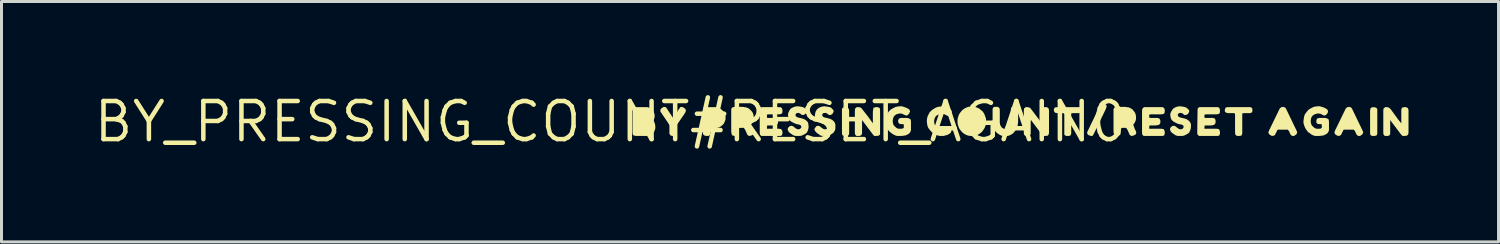
<source format=kicad_pcb>
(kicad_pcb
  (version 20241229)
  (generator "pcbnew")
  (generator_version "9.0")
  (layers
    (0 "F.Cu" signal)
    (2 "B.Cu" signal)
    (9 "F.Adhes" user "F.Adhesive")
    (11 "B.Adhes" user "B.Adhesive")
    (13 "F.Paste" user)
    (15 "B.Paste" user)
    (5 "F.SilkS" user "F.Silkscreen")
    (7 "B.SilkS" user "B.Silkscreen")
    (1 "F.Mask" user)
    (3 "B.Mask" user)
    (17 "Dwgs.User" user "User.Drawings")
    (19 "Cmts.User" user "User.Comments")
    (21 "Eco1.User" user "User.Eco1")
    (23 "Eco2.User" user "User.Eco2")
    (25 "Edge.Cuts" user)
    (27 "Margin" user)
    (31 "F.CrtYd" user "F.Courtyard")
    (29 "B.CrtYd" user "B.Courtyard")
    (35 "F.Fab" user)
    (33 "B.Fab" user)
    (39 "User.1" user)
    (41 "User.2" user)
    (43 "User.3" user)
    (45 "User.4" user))
  (footprint "BY_PRESSING_COUNT#RESET_AGAIN0"
    (layer "F.Cu")
    (at 17.303 1.006)
    (property "Reference" "BY_PRESSING_COUNT#RESET_AGAIN0" (at 0 0 0) (layer "F.SilkS") (effects (font (size 1.27 1.27) (thickness 0.15))))
    (fp_poly (pts (xy 7.903 -0.464) (xy 7.935 -0.422) (xy 7.945 -0.35) (xy 7.945 0.401) (xy 7.924 0.454) (xy 7.861 0.475) (xy 7.769 0.475) (xy 7.715 0.443) (xy 7.705 0.38) (xy 7.705 -0.432) (xy 7.748 -0.475) (xy 7.83 -0.485)) (stroke (width 0) (type solid)) (fill yes) (layer "F.SilkS"))
    (fp_poly (pts (xy 25.513 -0.464) (xy 25.545 -0.422) (xy 25.545 0.401) (xy 25.524 0.454) (xy 25.461 0.475) (xy 25.369 0.475) (xy 25.315 0.443) (xy 25.305 0.38) (xy 25.305 -0.37) (xy 25.315 -0.432) (xy 25.347 -0.475) (xy 25.44 -0.485)) (stroke (width 0) (type solid)) (fill yes) (layer "F.SilkS"))
    (fp_poly (pts (xy 16.452 -0.605) (xy 16.514 -0.563) (xy 16.525 -0.51) (xy 16.505 -0.438) (xy 16.094 0.412) (xy 16.053 0.475) (xy 15.999 0.475) (xy 15.917 0.444) (xy 15.875 0.391) (xy 15.885 0.328) (xy 15.916 0.268) (xy 16.296 -0.522) (xy 16.336 -0.594) (xy 16.389 -0.625)) (stroke (width 0) (type solid)) (fill yes) (layer "F.SilkS"))
    (fp_poly (pts (xy 15.675 -0.453) (xy 15.685 -0.38) (xy 15.675 -0.317) (xy 15.611 -0.285) (xy 15.4 -0.285) (xy 15.345 -0.276) (xy 15.345 0.401) (xy 15.313 0.465) (xy 15.25 0.475) (xy 15.168 0.475) (xy 15.115 0.432) (xy 15.115 -0.248) (xy 15.088 -0.285) (xy 14.89 -0.285) (xy 14.818 -0.295) (xy 14.775 -0.338) (xy 14.765 -0.411) (xy 14.797 -0.475) (xy 14.87 -0.485) (xy 15.621 -0.485)) (stroke (width 0) (type solid)) (fill yes) (layer "F.SilkS"))
    (fp_poly (pts (xy 21.375 -0.453) (xy 21.385 -0.38) (xy 21.375 -0.317) (xy 21.311 -0.285) (xy 21.1 -0.285) (xy 21.045 -0.276) (xy 21.045 0.401) (xy 21.013 0.465) (xy 20.95 0.475) (xy 20.868 0.475) (xy 20.815 0.433) (xy 20.805 0.37) (xy 20.805 -0.249) (xy 20.787 -0.285) (xy 20.59 -0.285) (xy 20.518 -0.295) (xy 20.465 -0.338) (xy 20.465 -0.411) (xy 20.497 -0.475) (xy 20.56 -0.485) (xy 21.321 -0.485)) (stroke (width 0) (type solid)) (fill yes) (layer "F.SilkS"))
    (fp_poly (pts (xy 22.483 -0.464) (xy 22.504 -0.432) (xy 22.865 0.318) (xy 22.875 0.371) (xy 22.844 0.423) (xy 22.772 0.475) (xy 22.708 0.475) (xy 22.656 0.433) (xy 22.596 0.303) (xy 22.558 0.265) (xy 22.223 0.265) (xy 22.164 0.382) (xy 22.134 0.444) (xy 22.071 0.475) (xy 22.008 0.465) (xy 21.936 0.413) (xy 21.915 0.36) (xy 21.935 0.298) (xy 22.266 -0.382) (xy 22.296 -0.443) (xy 22.348 -0.485) (xy 22.421 -0.495)) (stroke (width 0) (type solid)) (fill yes) (layer "F.SilkS"))
    (fp_poly (pts (xy 24.683 -0.464) (xy 24.704 -0.432) (xy 25.065 0.318) (xy 25.075 0.371) (xy 25.044 0.423) (xy 24.972 0.475) (xy 24.908 0.475) (xy 24.856 0.433) (xy 24.796 0.303) (xy 24.758 0.265) (xy 24.423 0.265) (xy 24.364 0.382) (xy 24.334 0.444) (xy 24.271 0.475) (xy 24.208 0.465) (xy 24.136 0.413) (xy 24.115 0.36) (xy 24.135 0.298) (xy 24.466 -0.382) (xy 24.496 -0.443) (xy 24.548 -0.485) (xy 24.621 -0.495)) (stroke (width 0) (type solid)) (fill yes) (layer "F.SilkS"))
    (fp_poly (pts (xy 1.833 -0.485) (xy 1.874 -0.433) (xy 2.063 -0.144) (xy 2.088 -0.136) (xy 2.276 -0.423) (xy 2.317 -0.484) (xy 2.371 -0.495) (xy 2.443 -0.464) (xy 2.495 -0.412) (xy 2.505 -0.359) (xy 2.474 -0.288) (xy 2.205 0.102) (xy 2.195 0.17) (xy 2.195 0.38) (xy 2.185 0.443) (xy 2.121 0.475) (xy 2.049 0.475) (xy 1.987 0.454) (xy 1.955 0.401) (xy 1.955 0.121) (xy 1.926 0.063) (xy 1.696 -0.277) (xy 1.655 -0.338) (xy 1.655 -0.402) (xy 1.697 -0.454) (xy 1.769 -0.495)) (stroke (width 0) (type solid)) (fill yes) (layer "F.SilkS"))
    (fp_poly (pts (xy 1.292 -0.465) (xy 1.343 -0.434) (xy 1.394 -0.383) (xy 1.435 -0.322) (xy 1.455 -0.261) (xy 1.465 -0.19) (xy 1.455 -0.118) (xy 1.425 -0.058) (xy 1.416 -0.031) (xy 1.454 0.018) (xy 1.475 0.079) (xy 1.485 0.15) (xy 1.485 0.221) (xy 1.465 0.292) (xy 1.434 0.353) (xy 1.383 0.404) (xy 1.332 0.444) (xy 1.271 0.465) (xy 1.2 0.475) (xy 0.86 0.475) (xy 0.778 0.465) (xy 0.735 0.433) (xy 0.725 0.36) (xy 0.725 -0.391) (xy 0.746 -0.453) (xy 0.799 -0.485) (xy 1.221 -0.485)) (stroke (width 0) (type solid)) (fill yes) (layer "F.SilkS"))
    (fp_poly (pts (xy 8.343 -0.464) (xy 8.384 -0.413) (xy 8.594 -0.143) (xy 8.735 0.054) (xy 8.735 -0.33) (xy 8.745 -0.401) (xy 8.756 -0.464) (xy 8.829 -0.485) (xy 8.901 -0.485) (xy 8.965 -0.453) (xy 8.975 -0.39) (xy 8.975 0.422) (xy 8.932 0.465) (xy 8.85 0.475) (xy 8.778 0.475) (xy 8.726 0.413) (xy 8.375 -0.055) (xy 8.375 0.401) (xy 8.343 0.454) (xy 8.281 0.475) (xy 8.188 0.475) (xy 8.145 0.432) (xy 8.135 0.37) (xy 8.135 -0.37) (xy 8.145 -0.443) (xy 8.198 -0.485) (xy 8.271 -0.485)) (stroke (width 0) (type solid)) (fill yes) (layer "F.SilkS"))
    (fp_poly (pts (xy 25.943 -0.464) (xy 25.994 -0.413) (xy 26.234 -0.083) (xy 26.345 0.056) (xy 26.345 -0.401) (xy 26.366 -0.464) (xy 26.429 -0.485) (xy 26.501 -0.485) (xy 26.564 -0.454) (xy 26.585 -0.391) (xy 26.585 0.36) (xy 26.575 0.422) (xy 26.532 0.465) (xy 26.45 0.475) (xy 26.388 0.475) (xy 26.326 0.413) (xy 25.975 -0.055) (xy 25.975 0.401) (xy 25.954 0.454) (xy 25.891 0.475) (xy 25.798 0.475) (xy 25.755 0.432) (xy 25.745 0.37) (xy 25.745 -0.37) (xy 25.755 -0.443) (xy 25.808 -0.485) (xy 25.881 -0.485)) (stroke (width 0) (type solid)) (fill yes) (layer "F.SilkS"))
    (fp_poly (pts (xy 13.973 -0.464) (xy 14.014 -0.413) (xy 14.264 -0.083) (xy 14.365 0.055) (xy 14.365 -0.401) (xy 14.386 -0.464) (xy 14.459 -0.485) (xy 14.531 -0.485) (xy 14.584 -0.453) (xy 14.605 -0.391) (xy 14.605 0.36) (xy 14.595 0.422) (xy 14.563 0.465) (xy 14.48 0.475) (xy 14.408 0.475) (xy 14.356 0.413) (xy 14.003 -0.058) (xy 13.995 -0.01) (xy 13.995 0.401) (xy 13.974 0.454) (xy 13.911 0.475) (xy 13.818 0.475) (xy 13.775 0.432) (xy 13.765 0.37) (xy 13.765 -0.37) (xy 13.775 -0.443) (xy 13.828 -0.485) (xy 13.901 -0.485)) (stroke (width 0) (type solid)) (fill yes) (layer "F.SilkS"))
    (fp_poly (pts (xy 3.572 -0.475) (xy 3.633 -0.444) (xy 3.693 -0.404) (xy 3.744 -0.353) (xy 3.784 -0.303) (xy 3.825 -0.221) (xy 3.825 -0.079) (xy 3.805 -0.018) (xy 3.774 0.053) (xy 3.734 0.104) (xy 3.683 0.144) (xy 3.627 0.182) (xy 3.627 0.183) (xy 3.622 0.185) (xy 3.618 0.187) (xy 3.617 0.186) (xy 3.561 0.205) (xy 3.49 0.215) (xy 3.361 0.215) (xy 3.315 0.233) (xy 3.315 0.37) (xy 3.305 0.432) (xy 3.262 0.475) (xy 3.179 0.475) (xy 3.107 0.454) (xy 3.075 0.412) (xy 3.075 -0.411) (xy 3.096 -0.464) (xy 3.159 -0.485) (xy 3.51 -0.485)) (stroke (width 0) (type solid)) (fill yes) (layer "F.SilkS"))
    (fp_poly (pts (xy 5.704 -0.453) (xy 5.725 -0.38) (xy 5.715 -0.287) (xy 5.672 -0.255) (xy 5.6 -0.245) (xy 5.26 -0.245) (xy 5.205 -0.236) (xy 5.205 -0.17) (xy 5.214 -0.125) (xy 5.481 -0.125) (xy 5.543 -0.104) (xy 5.575 -0.051) (xy 5.575 0.041) (xy 5.543 0.094) (xy 5.491 0.115) (xy 5.41 0.125) (xy 5.214 0.125) (xy 5.205 0.18) (xy 5.205 0.235) (xy 5.61 0.235) (xy 5.673 0.245) (xy 5.715 0.298) (xy 5.725 0.38) (xy 5.704 0.454) (xy 5.651 0.475) (xy 5.018 0.475) (xy 4.975 0.432) (xy 4.965 0.37) (xy 4.965 -0.381) (xy 4.986 -0.453) (xy 5.028 -0.485) (xy 5.651 -0.485)) (stroke (width 0) (type solid)) (fill yes) (layer "F.SilkS"))
    (fp_poly (pts (xy 18.444 -0.453) (xy 18.465 -0.38) (xy 18.455 -0.287) (xy 18.412 -0.255) (xy 18.34 -0.245) (xy 18 -0.245) (xy 17.945 -0.236) (xy 17.945 -0.17) (xy 17.954 -0.125) (xy 18.231 -0.125) (xy 18.283 -0.104) (xy 18.315 -0.051) (xy 18.315 0.041) (xy 18.283 0.094) (xy 18.231 0.115) (xy 18.15 0.125) (xy 17.954 0.125) (xy 17.945 0.18) (xy 17.945 0.235) (xy 18.35 0.235) (xy 18.423 0.245) (xy 18.455 0.298) (xy 18.465 0.38) (xy 18.444 0.454) (xy 18.391 0.475) (xy 17.758 0.475) (xy 17.715 0.432) (xy 17.705 0.37) (xy 17.705 -0.381) (xy 17.726 -0.453) (xy 17.779 -0.485) (xy 18.391 -0.485)) (stroke (width 0) (type solid)) (fill yes) (layer "F.SilkS"))
    (fp_poly (pts (xy 20.284 -0.453) (xy 20.305 -0.38) (xy 20.295 -0.287) (xy 20.252 -0.255) (xy 20.18 -0.245) (xy 19.84 -0.245) (xy 19.785 -0.236) (xy 19.785 -0.17) (xy 19.794 -0.125) (xy 20.071 -0.125) (xy 20.134 -0.104) (xy 20.155 -0.051) (xy 20.155 0.041) (xy 20.123 0.094) (xy 20.071 0.115) (xy 20 0.125) (xy 19.794 0.125) (xy 19.785 0.18) (xy 19.785 0.235) (xy 20.19 0.235) (xy 20.263 0.245) (xy 20.295 0.298) (xy 20.305 0.38) (xy 20.284 0.454) (xy 20.231 0.475) (xy 19.608 0.475) (xy 19.555 0.433) (xy 19.545 0.37) (xy 19.555 -0.38) (xy 19.565 -0.453) (xy 19.619 -0.485) (xy 20.242 -0.485)) (stroke (width 0) (type solid)) (fill yes) (layer "F.SilkS"))
    (fp_poly (pts (xy 4.521 -0.475) (xy 4.593 -0.444) (xy 4.647 -0.401) (xy 4.6 -0.347) (xy 4.65 -0.397) (xy 4.694 -0.353) (xy 4.735 -0.292) (xy 4.755 -0.231) (xy 4.765 -0.16) (xy 4.765 -0.089) (xy 4.745 -0.018) (xy 4.714 0.043) (xy 4.675 0.091) (xy 4.685 0.139) (xy 4.734 0.268) (xy 4.755 0.298) (xy 4.775 0.37) (xy 4.754 0.424) (xy 4.672 0.465) (xy 4.609 0.475) (xy 4.556 0.443) (xy 4.486 0.282) (xy 4.437 0.205) (xy 4.301 0.205) (xy 4.255 0.223) (xy 4.255 0.36) (xy 4.245 0.422) (xy 4.202 0.465) (xy 4.12 0.475) (xy 4.046 0.454) (xy 4.025 0.401) (xy 4.015 0.33) (xy 4.015 -0.421) (xy 4.047 -0.474) (xy 4.119 -0.495) (xy 4.4 -0.495)) (stroke (width 0) (type solid)) (fill yes) (layer "F.SilkS"))
    (fp_poly (pts (xy 17.201 -0.485) (xy 17.272 -0.475) (xy 17.333 -0.444) (xy 17.398 -0.401) (xy 17.392 -0.395) (xy 17.434 -0.353) (xy 17.475 -0.292) (xy 17.495 -0.231) (xy 17.505 -0.16) (xy 17.505 -0.089) (xy 17.485 -0.018) (xy 17.454 0.043) (xy 17.415 0.091) (xy 17.425 0.139) (xy 17.474 0.268) (xy 17.495 0.298) (xy 17.515 0.37) (xy 17.494 0.424) (xy 17.412 0.465) (xy 17.349 0.475) (xy 17.296 0.443) (xy 17.226 0.282) (xy 17.177 0.205) (xy 17.041 0.205) (xy 16.995 0.223) (xy 16.995 0.36) (xy 16.985 0.422) (xy 16.942 0.465) (xy 16.86 0.475) (xy 16.786 0.454) (xy 16.765 0.401) (xy 16.755 0.33) (xy 16.755 -0.421) (xy 16.787 -0.474) (xy 16.859 -0.495) (xy 17.14 -0.495)) (stroke (width 0) (type solid)) (fill yes) (layer "F.SilkS"))
    (fp_poly (pts (xy 12.955 -0.453) (xy 12.965 -0.38) (xy 12.965 0.03) (xy 12.975 0.098) (xy 13.004 0.157) (xy 13.043 0.206) (xy 13.101 0.235) (xy 13.169 0.235) (xy 13.228 0.216) (xy 13.276 0.177) (xy 13.315 0.118) (xy 13.325 0.059) (xy 13.335 -0.01) (xy 13.335 -0.421) (xy 13.356 -0.485) (xy 13.43 -0.495) (xy 13.501 -0.495) (xy 13.565 -0.463) (xy 13.575 -0.39) (xy 13.575 0.02) (xy 13.565 0.091) (xy 13.555 0.151) (xy 13.535 0.222) (xy 13.494 0.283) (xy 13.454 0.333) (xy 13.413 0.384) (xy 13.353 0.424) (xy 13.292 0.455) (xy 13.231 0.475) (xy 13.09 0.475) (xy 13.018 0.465) (xy 12.957 0.434) (xy 12.897 0.394) (xy 12.846 0.354) (xy 12.806 0.303) (xy 12.745 0.182) (xy 12.735 0.111) (xy 12.725 0.04) (xy 12.725 -0.432) (xy 12.767 -0.495) (xy 12.902 -0.495)) (stroke (width 0) (type solid)) (fill yes) (layer "F.SilkS"))
    (fp_poly (pts (xy 12.162 -0.485) (xy 12.222 -0.465) (xy 12.283 -0.434) (xy 12.343 -0.384) (xy 12.394 -0.343) (xy 12.434 -0.283) (xy 12.465 -0.222) (xy 12.485 -0.162) (xy 12.505 -0.101) (xy 12.505 0.04) (xy 12.495 0.111) (xy 12.475 0.172) (xy 12.444 0.233) (xy 12.404 0.293) (xy 12.364 0.344) (xy 12.303 0.394) (xy 12.252 0.424) (xy 12.192 0.455) (xy 12.121 0.475) (xy 11.99 0.475) (xy 11.919 0.465) (xy 11.858 0.445) (xy 11.797 0.414) (xy 11.737 0.374) (xy 11.686 0.323) (xy 11.646 0.273) (xy 11.609 0.217) (xy 11.607 0.218) (xy 11.605 0.212) (xy 11.603 0.208) (xy 11.604 0.208) (xy 11.585 0.152) (xy 11.565 0.091) (xy 11.555 0.02) (xy 11.555 -0.05) (xy 11.565 -0.121) (xy 11.585 -0.182) (xy 11.605 -0.242) (xy 11.646 -0.303) (xy 11.686 -0.353) (xy 11.737 -0.404) (xy 11.797 -0.444) (xy 11.858 -0.475) (xy 11.919 -0.495) (xy 11.99 -0.505) (xy 12.101 -0.505)) (stroke (width 0) (type solid)) (fill yes) (layer "F.SilkS"))
    (fp_poly (pts (xy 11.111 -0.495) (xy 11.182 -0.485) (xy 11.303 -0.424) (xy 11.355 -0.372) (xy 11.365 -0.309) (xy 11.314 -0.247) (xy 11.262 -0.195) (xy 11.219 -0.195) (xy 11.148 -0.235) (xy 11.089 -0.255) (xy 11.02 -0.265) (xy 10.962 -0.255) (xy 10.843 -0.196) (xy 10.805 -0.138) (xy 10.785 -0.079) (xy 10.775 -0.01) (xy 10.785 0.059) (xy 10.804 0.118) (xy 10.843 0.166) (xy 10.903 0.206) (xy 10.961 0.235) (xy 11.089 0.235) (xy 11.158 0.206) (xy 11.219 0.165) (xy 11.272 0.175) (xy 11.324 0.227) (xy 11.355 0.3) (xy 11.334 0.363) (xy 11.283 0.404) (xy 11.232 0.435) (xy 11.161 0.455) (xy 11.091 0.475) (xy 10.959 0.475) (xy 10.889 0.455) (xy 10.828 0.435) (xy 10.767 0.404) (xy 10.717 0.364) (xy 10.666 0.313) (xy 10.626 0.263) (xy 10.586 0.213) (xy 10.555 0.141) (xy 10.545 0.081) (xy 10.535 0.01) (xy 10.535 -0.06) (xy 10.545 -0.131) (xy 10.565 -0.192) (xy 10.626 -0.313) (xy 10.677 -0.364) (xy 10.727 -0.404) (xy 10.787 -0.444) (xy 10.848 -0.475) (xy 10.909 -0.495) (xy 10.98 -0.505) (xy 11.04 -0.505)) (stroke (width 0) (type solid)) (fill yes) (layer "F.SilkS"))
    (fp_poly (pts (xy 6.301 -0.505) (xy 6.361 -0.495) (xy 6.432 -0.475) (xy 6.483 -0.434) (xy 6.535 -0.382) (xy 6.535 -0.328) (xy 6.483 -0.256) (xy 6.431 -0.225) (xy 6.368 -0.225) (xy 6.308 -0.276) (xy 6.25 -0.295) (xy 6.193 -0.285) (xy 6.155 -0.239) (xy 6.165 -0.183) (xy 6.222 -0.145) (xy 6.351 -0.115) (xy 6.422 -0.095) (xy 6.483 -0.064) (xy 6.534 -0.024) (xy 6.575 0.028) (xy 6.585 0.089) (xy 6.595 0.17) (xy 6.585 0.241) (xy 6.565 0.302) (xy 6.534 0.363) (xy 6.483 0.404) (xy 6.362 0.465) (xy 6.29 0.475) (xy 6.159 0.475) (xy 6.088 0.455) (xy 6.027 0.414) (xy 5.967 0.374) (xy 5.926 0.333) (xy 5.895 0.261) (xy 5.905 0.208) (xy 5.968 0.145) (xy 6.031 0.135) (xy 6.083 0.156) (xy 6.143 0.206) (xy 6.202 0.245) (xy 6.269 0.255) (xy 6.326 0.226) (xy 6.355 0.179) (xy 6.336 0.124) (xy 6.278 0.095) (xy 6.219 0.085) (xy 6.148 0.065) (xy 6.027 0.004) (xy 5.976 -0.036) (xy 5.935 -0.088) (xy 5.915 -0.159) (xy 5.905 -0.23) (xy 5.915 -0.292) (xy 5.976 -0.413) (xy 6.027 -0.454) (xy 6.088 -0.485) (xy 6.149 -0.505) (xy 6.23 -0.515)) (stroke (width 0) (type solid)) (fill yes) (layer "F.SilkS"))
    (fp_poly (pts (xy 7.191 -0.505) (xy 7.261 -0.495) (xy 7.333 -0.474) (xy 7.374 -0.434) (xy 7.425 -0.382) (xy 7.425 -0.329) (xy 7.384 -0.256) (xy 7.331 -0.225) (xy 7.268 -0.225) (xy 7.208 -0.276) (xy 7.15 -0.295) (xy 7.083 -0.285) (xy 7.045 -0.239) (xy 7.055 -0.183) (xy 7.112 -0.145) (xy 7.241 -0.115) (xy 7.312 -0.095) (xy 7.373 -0.064) (xy 7.424 -0.024) (xy 7.464 0.028) (xy 7.485 0.089) (xy 7.485 0.241) (xy 7.465 0.302) (xy 7.424 0.363) (xy 7.373 0.404) (xy 7.252 0.465) (xy 7.19 0.475) (xy 7.049 0.475) (xy 6.978 0.455) (xy 6.927 0.414) (xy 6.867 0.374) (xy 6.826 0.333) (xy 6.784 0.26) (xy 6.806 0.207) (xy 6.857 0.145) (xy 6.921 0.135) (xy 6.973 0.156) (xy 7.033 0.206) (xy 7.092 0.245) (xy 7.159 0.255) (xy 7.216 0.226) (xy 7.245 0.179) (xy 7.235 0.123) (xy 7.178 0.095) (xy 7.109 0.085) (xy 7.048 0.065) (xy 6.978 0.035) (xy 6.917 0.004) (xy 6.866 -0.036) (xy 6.825 -0.088) (xy 6.805 -0.159) (xy 6.805 -0.23) (xy 6.815 -0.291) (xy 6.835 -0.352) (xy 6.876 -0.413) (xy 6.927 -0.454) (xy 6.978 -0.485) (xy 7.049 -0.505) (xy 7.12 -0.515)) (stroke (width 0) (type solid)) (fill yes) (layer "F.SilkS"))
    (fp_poly (pts (xy 19.041 -0.505) (xy 19.101 -0.495) (xy 19.172 -0.475) (xy 19.223 -0.434) (xy 19.275 -0.382) (xy 19.275 -0.329) (xy 19.234 -0.256) (xy 19.171 -0.225) (xy 19.108 -0.225) (xy 19.057 -0.276) (xy 18.99 -0.295) (xy 18.933 -0.285) (xy 18.895 -0.239) (xy 18.905 -0.183) (xy 18.962 -0.145) (xy 19.091 -0.115) (xy 19.162 -0.095) (xy 19.223 -0.064) (xy 19.274 -0.024) (xy 19.314 0.028) (xy 19.335 0.089) (xy 19.335 0.17) (xy 19.325 0.241) (xy 19.305 0.302) (xy 19.274 0.363) (xy 19.223 0.404) (xy 19.102 0.465) (xy 19.03 0.475) (xy 18.899 0.475) (xy 18.828 0.455) (xy 18.767 0.414) (xy 18.707 0.374) (xy 18.666 0.333) (xy 18.635 0.261) (xy 18.645 0.208) (xy 18.708 0.145) (xy 18.771 0.135) (xy 18.823 0.156) (xy 18.883 0.206) (xy 18.942 0.245) (xy 19.009 0.255) (xy 19.066 0.226) (xy 19.095 0.179) (xy 19.076 0.123) (xy 19.028 0.095) (xy 18.959 0.085) (xy 18.888 0.065) (xy 18.767 0.004) (xy 18.716 -0.036) (xy 18.675 -0.088) (xy 18.655 -0.159) (xy 18.645 -0.23) (xy 18.655 -0.292) (xy 18.686 -0.353) (xy 18.726 -0.413) (xy 18.767 -0.454) (xy 18.828 -0.485) (xy 18.889 -0.505) (xy 18.97 -0.515)) (stroke (width 0) (type solid)) (fill yes) (layer "F.SilkS"))
    (fp_poly (pts (xy 9.762 -0.495) (xy 9.822 -0.475) (xy 9.892 -0.444) (xy 9.954 -0.403) (xy 9.975 -0.34) (xy 9.944 -0.277) (xy 9.893 -0.215) (xy 9.839 -0.205) (xy 9.709 -0.265) (xy 9.64 -0.275) (xy 9.581 -0.265) (xy 9.512 -0.245) (xy 9.464 -0.206) (xy 9.425 -0.158) (xy 9.405 -0.089) (xy 9.395 -0.02) (xy 9.405 0.049) (xy 9.424 0.108) (xy 9.464 0.156) (xy 9.523 0.206) (xy 9.581 0.235) (xy 9.709 0.235) (xy 9.765 0.207) (xy 9.765 0.085) (xy 9.628 0.075) (xy 9.585 0.032) (xy 9.575 -0.041) (xy 9.606 -0.104) (xy 9.669 -0.125) (xy 9.881 -0.125) (xy 9.952 -0.105) (xy 9.995 -0.073) (xy 10.005 -0.000355) (xy 10.005 0.281) (xy 9.984 0.342) (xy 9.943 0.394) (xy 9.892 0.424) (xy 9.832 0.455) (xy 9.761 0.465) (xy 9.69 0.475) (xy 9.539 0.475) (xy 9.478 0.455) (xy 9.417 0.424) (xy 9.357 0.384) (xy 9.307 0.344) (xy 9.256 0.293) (xy 9.216 0.233) (xy 9.185 0.172) (xy 9.165 0.111) (xy 9.155 0.04) (xy 9.155 -0.101) (xy 9.175 -0.161) (xy 9.195 -0.232) (xy 9.226 -0.283) (xy 9.266 -0.343) (xy 9.317 -0.394) (xy 9.377 -0.434) (xy 9.498 -0.495) (xy 9.559 -0.505) (xy 9.63 -0.515) (xy 9.701 -0.515)) (stroke (width 0) (type solid)) (fill yes) (layer "F.SilkS"))
    (fp_poly (pts (xy 23.691 -0.495) (xy 23.762 -0.475) (xy 23.823 -0.444) (xy 23.884 -0.403) (xy 23.905 -0.34) (xy 23.884 -0.277) (xy 23.822 -0.215) (xy 23.769 -0.205) (xy 23.648 -0.265) (xy 23.58 -0.275) (xy 23.511 -0.265) (xy 23.452 -0.245) (xy 23.393 -0.206) (xy 23.355 -0.158) (xy 23.335 -0.089) (xy 23.325 -0.02) (xy 23.335 0.049) (xy 23.354 0.108) (xy 23.394 0.156) (xy 23.453 0.206) (xy 23.511 0.235) (xy 23.639 0.235) (xy 23.695 0.207) (xy 23.695 0.085) (xy 23.558 0.075) (xy 23.515 0.032) (xy 23.515 -0.041) (xy 23.536 -0.104) (xy 23.609 -0.125) (xy 23.811 -0.125) (xy 23.882 -0.105) (xy 23.925 -0.073) (xy 23.935 -0.000355) (xy 23.935 0.281) (xy 23.914 0.342) (xy 23.873 0.394) (xy 23.822 0.424) (xy 23.762 0.455) (xy 23.691 0.465) (xy 23.62 0.475) (xy 23.479 0.475) (xy 23.408 0.455) (xy 23.347 0.424) (xy 23.297 0.384) (xy 23.237 0.344) (xy 23.196 0.293) (xy 23.156 0.233) (xy 23.125 0.172) (xy 23.105 0.111) (xy 23.085 0.041) (xy 23.085 -0.03) (xy 23.095 -0.101) (xy 23.105 -0.161) (xy 23.125 -0.232) (xy 23.156 -0.283) (xy 23.206 -0.343) (xy 23.247 -0.394) (xy 23.307 -0.434) (xy 23.428 -0.495) (xy 23.489 -0.505) (xy 23.56 -0.515) (xy 23.631 -0.515)) (stroke (width 0) (type solid)) (fill yes) (layer "F.SilkS")))
  (gr_rect
    (start -3 -3)
    (end 46.888 5.012)
    (stroke (width 0.1) (type default))
    (fill no)
    (layer "Edge.Cuts")))
</source>
